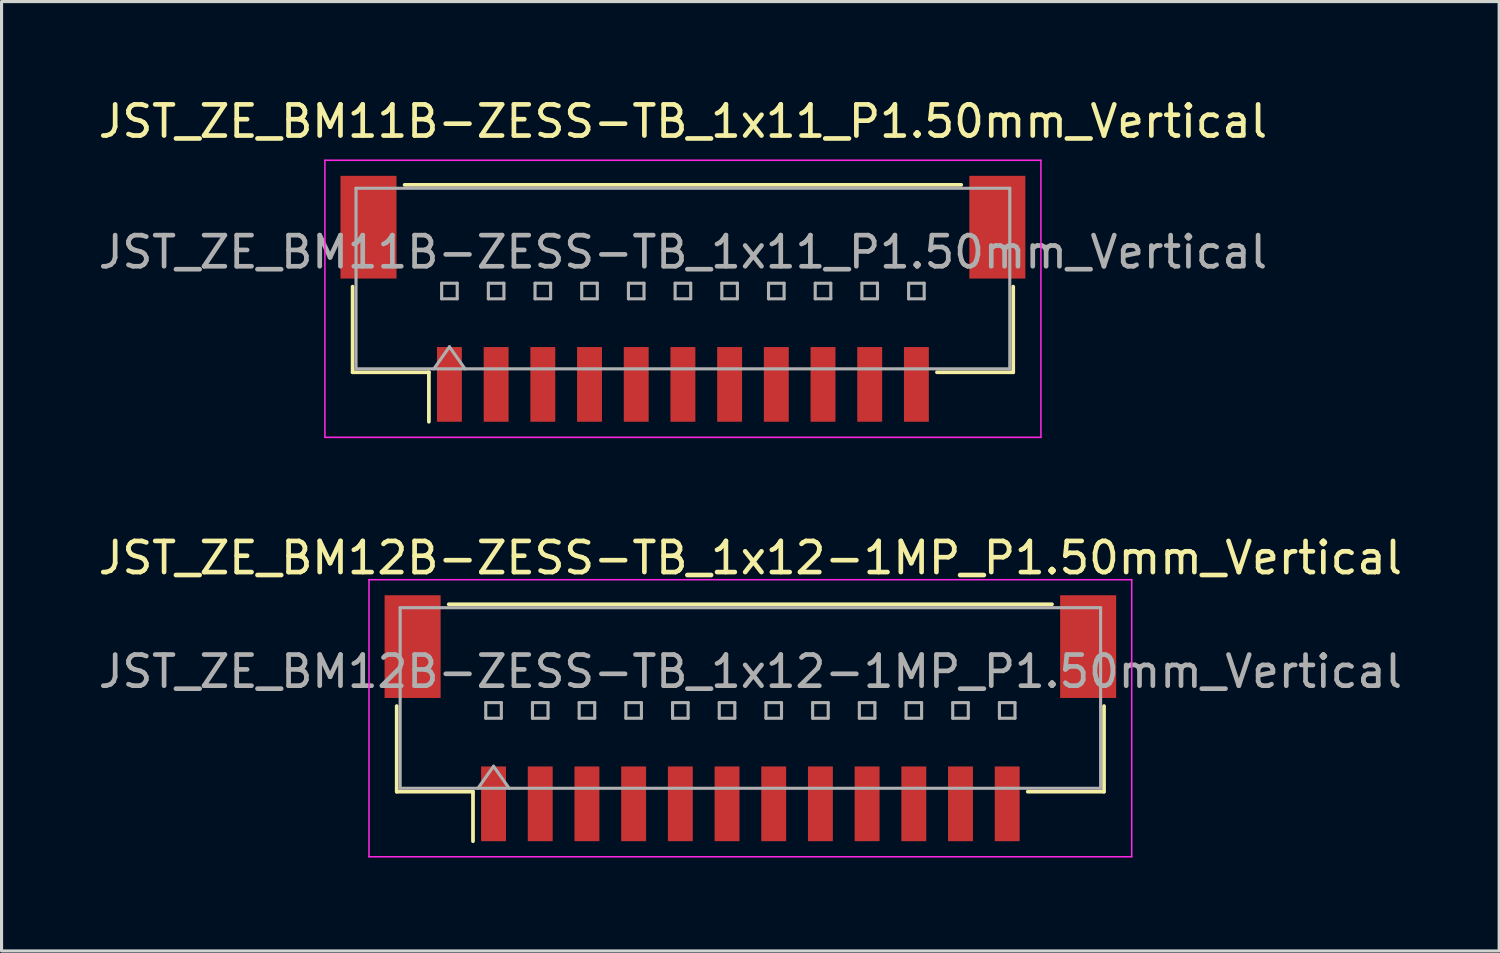
<source format=kicad_pcb>
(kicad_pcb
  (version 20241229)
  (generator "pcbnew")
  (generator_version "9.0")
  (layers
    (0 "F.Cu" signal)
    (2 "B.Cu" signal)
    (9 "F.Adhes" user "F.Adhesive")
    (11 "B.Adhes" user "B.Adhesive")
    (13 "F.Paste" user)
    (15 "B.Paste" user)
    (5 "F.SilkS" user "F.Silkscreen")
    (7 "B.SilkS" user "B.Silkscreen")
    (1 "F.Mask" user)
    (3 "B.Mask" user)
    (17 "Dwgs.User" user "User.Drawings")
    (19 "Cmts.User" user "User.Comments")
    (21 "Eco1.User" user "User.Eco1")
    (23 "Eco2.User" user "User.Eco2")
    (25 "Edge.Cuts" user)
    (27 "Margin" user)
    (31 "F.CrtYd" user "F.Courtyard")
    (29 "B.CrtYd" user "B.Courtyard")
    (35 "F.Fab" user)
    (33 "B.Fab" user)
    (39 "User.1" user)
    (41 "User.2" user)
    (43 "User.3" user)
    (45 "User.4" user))
  (footprint "JST_ZE_BM12B-ZESS-TB_1x12-1MP_P1.50mm_Vertical"
    (layer "F.Cu")
    (at 21.054 20.021)
    (property "Reference" "JST_ZE_BM12B-ZESS-TB_1x12-1MP_P1.50mm_Vertical" (at 0 -5.15 0) (layer "F.SilkS") (effects (font (size 1 1) (thickness 0.15))))
    (attr smd)
    (fp_line (start -11.36 -0.39) (end -11.36 2.36) (stroke (width 0.12) (type solid)) (layer "F.SilkS"))
    (fp_line (start -11.36 2.36) (end -8.91 2.36) (stroke (width 0.12) (type solid)) (layer "F.SilkS"))
    (fp_line (start -9.69 -3.66) (end 9.69 -3.66) (stroke (width 0.12) (type solid)) (layer "F.SilkS"))
    (fp_line (start -8.91 2.36) (end -8.91 3.95) (stroke (width 0.12) (type solid)) (layer "F.SilkS"))
    (fp_line (start 11.36 -0.39) (end 11.36 2.36) (stroke (width 0.12) (type solid)) (layer "F.SilkS"))
    (fp_line (start 11.36 2.36) (end 8.91 2.36) (stroke (width 0.12) (type solid)) (layer "F.SilkS"))
    (fp_line (start -12.25 -4.45) (end -12.25 4.45) (stroke (width 0.05) (type solid)) (layer "F.CrtYd"))
    (fp_line (start -12.25 4.45) (end 12.25 4.45) (stroke (width 0.05) (type solid)) (layer "F.CrtYd"))
    (fp_line (start 12.25 -4.45) (end -12.25 -4.45) (stroke (width 0.05) (type solid)) (layer "F.CrtYd"))
    (fp_line (start 12.25 4.45) (end 12.25 -4.45) (stroke (width 0.05) (type solid)) (layer "F.CrtYd"))
    (fp_line (start -11.25 -3.55) (end 11.25 -3.55) (stroke (width 0.1) (type solid)) (layer "F.Fab"))
    (fp_line (start -11.25 2.25) (end -11.25 -3.55) (stroke (width 0.1) (type solid)) (layer "F.Fab"))
    (fp_line (start -11.25 2.25) (end 11.25 2.25) (stroke (width 0.1) (type solid)) (layer "F.Fab"))
    (fp_line (start -8.75 2.25) (end -8.25 1.543) (stroke (width 0.1) (type solid)) (layer "F.Fab"))
    (fp_line (start -8.5 -0.5) (end -8.5 0) (stroke (width 0.1) (type solid)) (layer "F.Fab"))
    (fp_line (start -8.5 0) (end -8 0) (stroke (width 0.1) (type solid)) (layer "F.Fab"))
    (fp_line (start -8.25 1.543) (end -7.75 2.25) (stroke (width 0.1) (type solid)) (layer "F.Fab"))
    (fp_line (start -8 -0.5) (end -8.5 -0.5) (stroke (width 0.1) (type solid)) (layer "F.Fab"))
    (fp_line (start -8 0) (end -8 -0.5) (stroke (width 0.1) (type solid)) (layer "F.Fab"))
    (fp_line (start -7 -0.5) (end -7 0) (stroke (width 0.1) (type solid)) (layer "F.Fab"))
    (fp_line (start -7 0) (end -6.5 0) (stroke (width 0.1) (type solid)) (layer "F.Fab"))
    (fp_line (start -6.5 -0.5) (end -7 -0.5) (stroke (width 0.1) (type solid)) (layer "F.Fab"))
    (fp_line (start -6.5 0) (end -6.5 -0.5) (stroke (width 0.1) (type solid)) (layer "F.Fab"))
    (fp_line (start -5.5 -0.5) (end -5.5 0) (stroke (width 0.1) (type solid)) (layer "F.Fab"))
    (fp_line (start -5.5 0) (end -5 0) (stroke (width 0.1) (type solid)) (layer "F.Fab"))
    (fp_line (start -5 -0.5) (end -5.5 -0.5) (stroke (width 0.1) (type solid)) (layer "F.Fab"))
    (fp_line (start -5 0) (end -5 -0.5) (stroke (width 0.1) (type solid)) (layer "F.Fab"))
    (fp_line (start -4 -0.5) (end -4 0) (stroke (width 0.1) (type solid)) (layer "F.Fab"))
    (fp_line (start -4 0) (end -3.5 0) (stroke (width 0.1) (type solid)) (layer "F.Fab"))
    (fp_line (start -3.5 -0.5) (end -4 -0.5) (stroke (width 0.1) (type solid)) (layer "F.Fab"))
    (fp_line (start -3.5 0) (end -3.5 -0.5) (stroke (width 0.1) (type solid)) (layer "F.Fab"))
    (fp_line (start -2.5 -0.5) (end -2.5 0) (stroke (width 0.1) (type solid)) (layer "F.Fab"))
    (fp_line (start -2.5 0) (end -2 0) (stroke (width 0.1) (type solid)) (layer "F.Fab"))
    (fp_line (start -2 -0.5) (end -2.5 -0.5) (stroke (width 0.1) (type solid)) (layer "F.Fab"))
    (fp_line (start -2 0) (end -2 -0.5) (stroke (width 0.1) (type solid)) (layer "F.Fab"))
    (fp_line (start -1 -0.5) (end -1 0) (stroke (width 0.1) (type solid)) (layer "F.Fab"))
    (fp_line (start -1 0) (end -0.5 0) (stroke (width 0.1) (type solid)) (layer "F.Fab"))
    (fp_line (start -0.5 -0.5) (end -1 -0.5) (stroke (width 0.1) (type solid)) (layer "F.Fab"))
    (fp_line (start -0.5 0) (end -0.5 -0.5) (stroke (width 0.1) (type solid)) (layer "F.Fab"))
    (fp_line (start 0.5 -0.5) (end 0.5 0) (stroke (width 0.1) (type solid)) (layer "F.Fab"))
    (fp_line (start 0.5 0) (end 1 0) (stroke (width 0.1) (type solid)) (layer "F.Fab"))
    (fp_line (start 1 -0.5) (end 0.5 -0.5) (stroke (width 0.1) (type solid)) (layer "F.Fab"))
    (fp_line (start 1 0) (end 1 -0.5) (stroke (width 0.1) (type solid)) (layer "F.Fab"))
    (fp_line (start 2 -0.5) (end 2 0) (stroke (width 0.1) (type solid)) (layer "F.Fab"))
    (fp_line (start 2 0) (end 2.5 0) (stroke (width 0.1) (type solid)) (layer "F.Fab"))
    (fp_line (start 2.5 -0.5) (end 2 -0.5) (stroke (width 0.1) (type solid)) (layer "F.Fab"))
    (fp_line (start 2.5 0) (end 2.5 -0.5) (stroke (width 0.1) (type solid)) (layer "F.Fab"))
    (fp_line (start 3.5 -0.5) (end 3.5 0) (stroke (width 0.1) (type solid)) (layer "F.Fab"))
    (fp_line (start 3.5 0) (end 4 0) (stroke (width 0.1) (type solid)) (layer "F.Fab"))
    (fp_line (start 4 -0.5) (end 3.5 -0.5) (stroke (width 0.1) (type solid)) (layer "F.Fab"))
    (fp_line (start 4 0) (end 4 -0.5) (stroke (width 0.1) (type solid)) (layer "F.Fab"))
    (fp_line (start 5 -0.5) (end 5 0) (stroke (width 0.1) (type solid)) (layer "F.Fab"))
    (fp_line (start 5 0) (end 5.5 0) (stroke (width 0.1) (type solid)) (layer "F.Fab"))
    (fp_line (start 5.5 -0.5) (end 5 -0.5) (stroke (width 0.1) (type solid)) (layer "F.Fab"))
    (fp_line (start 5.5 0) (end 5.5 -0.5) (stroke (width 0.1) (type solid)) (layer "F.Fab"))
    (fp_line (start 6.5 -0.5) (end 6.5 0) (stroke (width 0.1) (type solid)) (layer "F.Fab"))
    (fp_line (start 6.5 0) (end 7 0) (stroke (width 0.1) (type solid)) (layer "F.Fab"))
    (fp_line (start 7 -0.5) (end 6.5 -0.5) (stroke (width 0.1) (type solid)) (layer "F.Fab"))
    (fp_line (start 7 0) (end 7 -0.5) (stroke (width 0.1) (type solid)) (layer "F.Fab"))
    (fp_line (start 8 -0.5) (end 8 0) (stroke (width 0.1) (type solid)) (layer "F.Fab"))
    (fp_line (start 8 0) (end 8.5 0) (stroke (width 0.1) (type solid)) (layer "F.Fab"))
    (fp_line (start 8.5 -0.5) (end 8 -0.5) (stroke (width 0.1) (type solid)) (layer "F.Fab"))
    (fp_line (start 8.5 0) (end 8.5 -0.5) (stroke (width 0.1) (type solid)) (layer "F.Fab"))
    (fp_line (start 11.25 2.25) (end 11.25 -3.55) (stroke (width 0.1) (type solid)) (layer "F.Fab"))
    (fp_text user "${REFERENCE}" (at 0 -1.5 0) (layer "F.Fab") (effects (font (size 1 1) (thickness 0.15))))
    (pad "1" smd rect (at -8.25 2.75) (size 0.8 2.4) (layers "F.Cu" "F.Mask" "F.Paste"))
    (pad "2" smd rect (at -6.75 2.75) (size 0.8 2.4) (layers "F.Cu" "F.Mask" "F.Paste"))
    (pad "3" smd rect (at -5.25 2.75) (size 0.8 2.4) (layers "F.Cu" "F.Mask" "F.Paste"))
    (pad "4" smd rect (at -3.75 2.75) (size 0.8 2.4) (layers "F.Cu" "F.Mask" "F.Paste"))
    (pad "5" smd rect (at -2.25 2.75) (size 0.8 2.4) (layers "F.Cu" "F.Mask" "F.Paste"))
    (pad "6" smd rect (at -0.75 2.75) (size 0.8 2.4) (layers "F.Cu" "F.Mask" "F.Paste"))
    (pad "7" smd rect (at 0.75 2.75) (size 0.8 2.4) (layers "F.Cu" "F.Mask" "F.Paste"))
    (pad "8" smd rect (at 2.25 2.75) (size 0.8 2.4) (layers "F.Cu" "F.Mask" "F.Paste"))
    (pad "9" smd rect (at 3.75 2.75) (size 0.8 2.4) (layers "F.Cu" "F.Mask" "F.Paste"))
    (pad "10" smd rect (at 5.25 2.75) (size 0.8 2.4) (layers "F.Cu" "F.Mask" "F.Paste"))
    (pad "11" smd rect (at 6.75 2.75) (size 0.8 2.4) (layers "F.Cu" "F.Mask" "F.Paste"))
    (pad "12" smd rect (at 8.25 2.75) (size 0.8 2.4) (layers "F.Cu" "F.Mask" "F.Paste"))
    (pad "MP" smd rect (at -10.85 -2.3) (size 1.8 3.3) (layers "F.Cu" "F.Mask" "F.Paste"))
    (pad "MP" smd rect (at 10.85 -2.3) (size 1.8 3.3) (layers "F.Cu" "F.Mask" "F.Paste")))
  (footprint "JST_ZE_BM11B-ZESS-TB_1x11_P1.50mm_Vertical"
    (layer "F.Cu")
    (at 18.887 6.548)
    (property "Reference" "JST_ZE_BM11B-ZESS-TB_1x11_P1.50mm_Vertical" (at 0 -5.7 0) (layer "F.SilkS") (effects (font (size 1 1) (thickness 0.15))))
    (attr smd)
    (fp_line (start -10.61 -0.39) (end -10.61 2.36) (stroke (width 0.12) (type solid)) (layer "F.SilkS"))
    (fp_line (start -10.61 2.36) (end -8.16 2.36) (stroke (width 0.12) (type solid)) (layer "F.SilkS"))
    (fp_line (start -8.94 -3.66) (end 8.94 -3.66) (stroke (width 0.12) (type solid)) (layer "F.SilkS"))
    (fp_line (start -8.16 2.36) (end -8.16 3.95) (stroke (width 0.12) (type solid)) (layer "F.SilkS"))
    (fp_line (start 10.61 -0.39) (end 10.61 2.36) (stroke (width 0.12) (type solid)) (layer "F.SilkS"))
    (fp_line (start 10.61 2.36) (end 8.16 2.36) (stroke (width 0.12) (type solid)) (layer "F.SilkS"))
    (fp_line (start -11.5 -4.45) (end -11.5 4.45) (stroke (width 0.05) (type solid)) (layer "F.CrtYd"))
    (fp_line (start -11.5 4.45) (end 11.5 4.45) (stroke (width 0.05) (type solid)) (layer "F.CrtYd"))
    (fp_line (start 11.5 -4.45) (end -11.5 -4.45) (stroke (width 0.05) (type solid)) (layer "F.CrtYd"))
    (fp_line (start 11.5 4.45) (end 11.5 -4.45) (stroke (width 0.05) (type solid)) (layer "F.CrtYd"))
    (fp_line (start -10.5 -3.55) (end 10.5 -3.55) (stroke (width 0.1) (type solid)) (layer "F.Fab"))
    (fp_line (start -10.5 2.25) (end -10.5 -3.55) (stroke (width 0.1) (type solid)) (layer "F.Fab"))
    (fp_line (start -10.5 2.25) (end 10.5 2.25) (stroke (width 0.1) (type solid)) (layer "F.Fab"))
    (fp_line (start -8 2.25) (end -7.5 1.543) (stroke (width 0.1) (type solid)) (layer "F.Fab"))
    (fp_line (start -7.75 -0.5) (end -7.75 0) (stroke (width 0.1) (type solid)) (layer "F.Fab"))
    (fp_line (start -7.75 0) (end -7.25 0) (stroke (width 0.1) (type solid)) (layer "F.Fab"))
    (fp_line (start -7.5 1.543) (end -7 2.25) (stroke (width 0.1) (type solid)) (layer "F.Fab"))
    (fp_line (start -7.25 -0.5) (end -7.75 -0.5) (stroke (width 0.1) (type solid)) (layer "F.Fab"))
    (fp_line (start -7.25 0) (end -7.25 -0.5) (stroke (width 0.1) (type solid)) (layer "F.Fab"))
    (fp_line (start -6.25 -0.5) (end -6.25 0) (stroke (width 0.1) (type solid)) (layer "F.Fab"))
    (fp_line (start -6.25 0) (end -5.75 0) (stroke (width 0.1) (type solid)) (layer "F.Fab"))
    (fp_line (start -5.75 -0.5) (end -6.25 -0.5) (stroke (width 0.1) (type solid)) (layer "F.Fab"))
    (fp_line (start -5.75 0) (end -5.75 -0.5) (stroke (width 0.1) (type solid)) (layer "F.Fab"))
    (fp_line (start -4.75 -0.5) (end -4.75 0) (stroke (width 0.1) (type solid)) (layer "F.Fab"))
    (fp_line (start -4.75 0) (end -4.25 0) (stroke (width 0.1) (type solid)) (layer "F.Fab"))
    (fp_line (start -4.25 -0.5) (end -4.75 -0.5) (stroke (width 0.1) (type solid)) (layer "F.Fab"))
    (fp_line (start -4.25 0) (end -4.25 -0.5) (stroke (width 0.1) (type solid)) (layer "F.Fab"))
    (fp_line (start -3.25 -0.5) (end -3.25 0) (stroke (width 0.1) (type solid)) (layer "F.Fab"))
    (fp_line (start -3.25 0) (end -2.75 0) (stroke (width 0.1) (type solid)) (layer "F.Fab"))
    (fp_line (start -2.75 -0.5) (end -3.25 -0.5) (stroke (width 0.1) (type solid)) (layer "F.Fab"))
    (fp_line (start -2.75 0) (end -2.75 -0.5) (stroke (width 0.1) (type solid)) (layer "F.Fab"))
    (fp_line (start -1.75 -0.5) (end -1.75 0) (stroke (width 0.1) (type solid)) (layer "F.Fab"))
    (fp_line (start -1.75 0) (end -1.25 0) (stroke (width 0.1) (type solid)) (layer "F.Fab"))
    (fp_line (start -1.25 -0.5) (end -1.75 -0.5) (stroke (width 0.1) (type solid)) (layer "F.Fab"))
    (fp_line (start -1.25 0) (end -1.25 -0.5) (stroke (width 0.1) (type solid)) (layer "F.Fab"))
    (fp_line (start -0.25 -0.5) (end -0.25 0) (stroke (width 0.1) (type solid)) (layer "F.Fab"))
    (fp_line (start -0.25 0) (end 0.25 0) (stroke (width 0.1) (type solid)) (layer "F.Fab"))
    (fp_line (start 0.25 -0.5) (end -0.25 -0.5) (stroke (width 0.1) (type solid)) (layer "F.Fab"))
    (fp_line (start 0.25 0) (end 0.25 -0.5) (stroke (width 0.1) (type solid)) (layer "F.Fab"))
    (fp_line (start 1.25 -0.5) (end 1.25 0) (stroke (width 0.1) (type solid)) (layer "F.Fab"))
    (fp_line (start 1.25 0) (end 1.75 0) (stroke (width 0.1) (type solid)) (layer "F.Fab"))
    (fp_line (start 1.75 -0.5) (end 1.25 -0.5) (stroke (width 0.1) (type solid)) (layer "F.Fab"))
    (fp_line (start 1.75 0) (end 1.75 -0.5) (stroke (width 0.1) (type solid)) (layer "F.Fab"))
    (fp_line (start 2.75 -0.5) (end 2.75 0) (stroke (width 0.1) (type solid)) (layer "F.Fab"))
    (fp_line (start 2.75 0) (end 3.25 0) (stroke (width 0.1) (type solid)) (layer "F.Fab"))
    (fp_line (start 3.25 -0.5) (end 2.75 -0.5) (stroke (width 0.1) (type solid)) (layer "F.Fab"))
    (fp_line (start 3.25 0) (end 3.25 -0.5) (stroke (width 0.1) (type solid)) (layer "F.Fab"))
    (fp_line (start 4.25 -0.5) (end 4.25 0) (stroke (width 0.1) (type solid)) (layer "F.Fab"))
    (fp_line (start 4.25 0) (end 4.75 0) (stroke (width 0.1) (type solid)) (layer "F.Fab"))
    (fp_line (start 4.75 -0.5) (end 4.25 -0.5) (stroke (width 0.1) (type solid)) (layer "F.Fab"))
    (fp_line (start 4.75 0) (end 4.75 -0.5) (stroke (width 0.1) (type solid)) (layer "F.Fab"))
    (fp_line (start 5.75 -0.5) (end 5.75 0) (stroke (width 0.1) (type solid)) (layer "F.Fab"))
    (fp_line (start 5.75 0) (end 6.25 0) (stroke (width 0.1) (type solid)) (layer "F.Fab"))
    (fp_line (start 6.25 -0.5) (end 5.75 -0.5) (stroke (width 0.1) (type solid)) (layer "F.Fab"))
    (fp_line (start 6.25 0) (end 6.25 -0.5) (stroke (width 0.1) (type solid)) (layer "F.Fab"))
    (fp_line (start 7.25 -0.5) (end 7.25 0) (stroke (width 0.1) (type solid)) (layer "F.Fab"))
    (fp_line (start 7.25 0) (end 7.75 0) (stroke (width 0.1) (type solid)) (layer "F.Fab"))
    (fp_line (start 7.75 -0.5) (end 7.25 -0.5) (stroke (width 0.1) (type solid)) (layer "F.Fab"))
    (fp_line (start 7.75 0) (end 7.75 -0.5) (stroke (width 0.1) (type solid)) (layer "F.Fab"))
    (fp_line (start 10.5 2.25) (end 10.5 -3.55) (stroke (width 0.1) (type solid)) (layer "F.Fab"))
    (fp_text user "${REFERENCE}" (at 0 -1.5 0) (layer "F.Fab") (effects (font (size 1 1) (thickness 0.15))))
    (pad "" smd rect (at -10.1 -2.3) (size 1.8 3.3) (layers "F.Cu" "F.Mask" "F.Paste"))
    (pad "" smd rect (at 10.1 -2.3) (size 1.8 3.3) (layers "F.Cu" "F.Mask" "F.Paste"))
    (pad "1" smd rect (at -7.5 2.75) (size 0.8 2.4) (layers "F.Cu" "F.Mask" "F.Paste"))
    (pad "2" smd rect (at -6 2.75) (size 0.8 2.4) (layers "F.Cu" "F.Mask" "F.Paste"))
    (pad "3" smd rect (at -4.5 2.75) (size 0.8 2.4) (layers "F.Cu" "F.Mask" "F.Paste"))
    (pad "4" smd rect (at -3 2.75) (size 0.8 2.4) (layers "F.Cu" "F.Mask" "F.Paste"))
    (pad "5" smd rect (at -1.5 2.75) (size 0.8 2.4) (layers "F.Cu" "F.Mask" "F.Paste"))
    (pad "6" smd rect (at 0 2.75) (size 0.8 2.4) (layers "F.Cu" "F.Mask" "F.Paste"))
    (pad "7" smd rect (at 1.5 2.75) (size 0.8 2.4) (layers "F.Cu" "F.Mask" "F.Paste"))
    (pad "8" smd rect (at 3 2.75) (size 0.8 2.4) (layers "F.Cu" "F.Mask" "F.Paste"))
    (pad "9" smd rect (at 4.5 2.75) (size 0.8 2.4) (layers "F.Cu" "F.Mask" "F.Paste"))
    (pad "10" smd rect (at 6 2.75) (size 0.8 2.4) (layers "F.Cu" "F.Mask" "F.Paste"))
    (pad "11" smd rect (at 7.5 2.75) (size 0.8 2.4) (layers "F.Cu" "F.Mask" "F.Paste")))
  (gr_rect
    (start -3 -3)
    (end 45.107 27.497)
    (stroke (width 0.1) (type default))
    (fill no)
    (layer "Edge.Cuts")))
</source>
